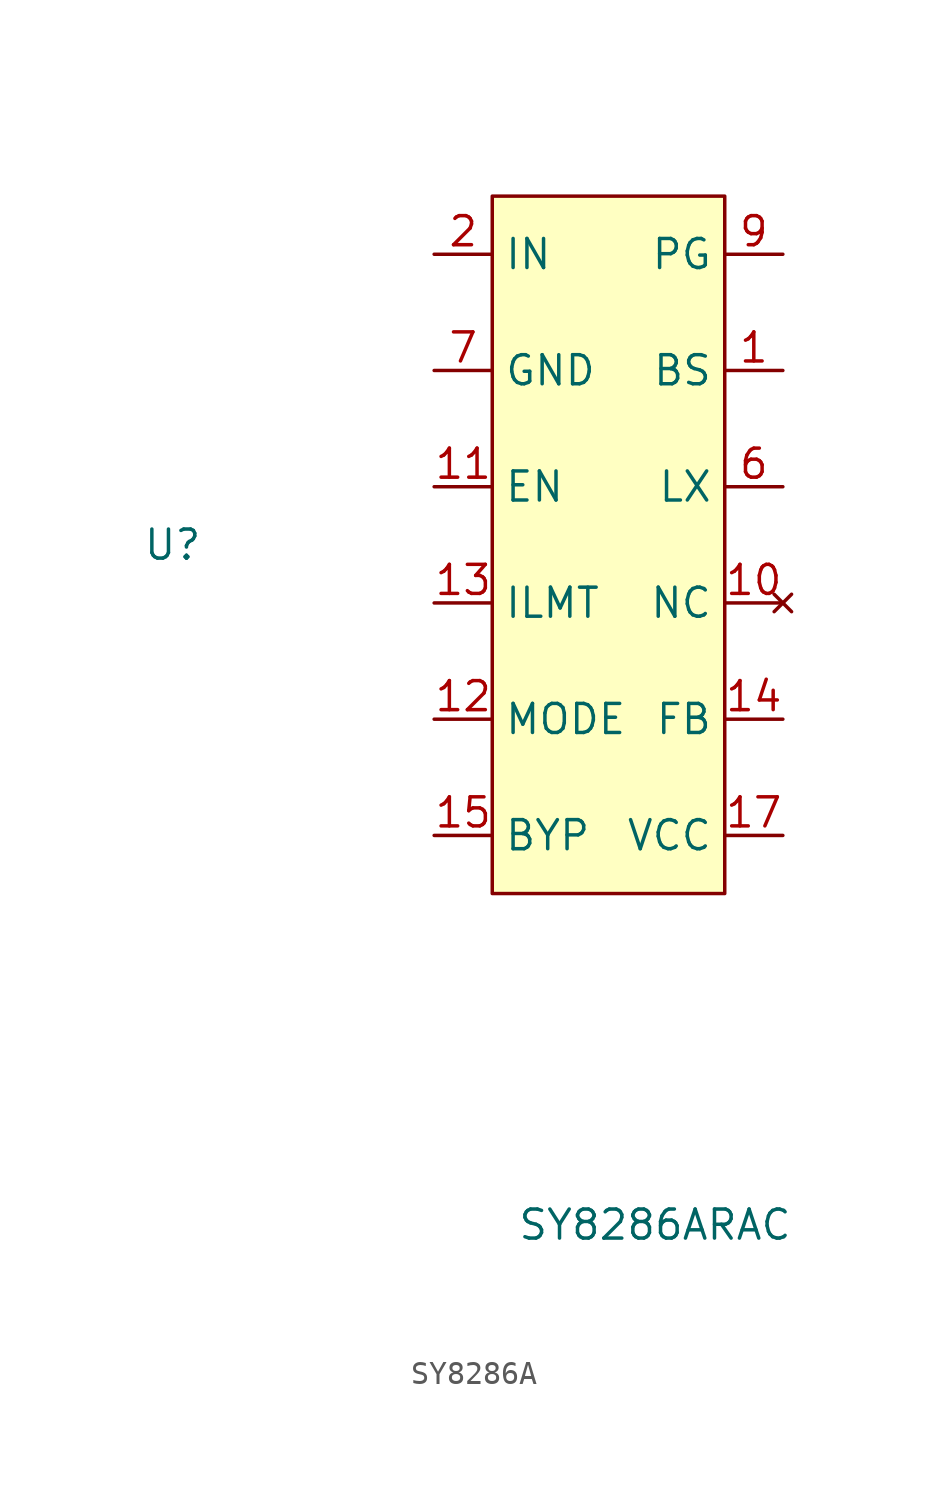
<source format=kicad_sym>
(kicad_symbol_lib
  (version 20231120)
  (generator "kicad_symbol_editor")
  (generator_version "8.0")
  (symbol "SY8286A"
    (property "Reference" "U"
      (at 0 0 0)
      (effects (font (size 1.27 1.27))))
    (property "Value" "SY8286ARAC"
      (at 21.082 -29.718 0)
      (effects (font (size 1.27 1.27))))
    (symbol "SY8286A_1_1"
      (rectangle (start 13.97 15.24) (end 24.13 -15.24) (stroke (width 0) (type default)) (fill (type background)))
      (pin input line (at 26.67 7.62 180) (length 2.54) (name "BS" (effects (font (size 1.27 1.27)))) (number "1" (effects (font (size 1.27 1.27)))))
      (pin no_connect line (at 26.67 -2.54 180) (length 2.54) (name "NC" (effects (font (size 1.27 1.27)))) (number "10" (effects (font (size 1.27 1.27)))))
      (pin input line (at 11.43 2.54 0) (length 2.54) (name "EN" (effects (font (size 1.27 1.27)))) (number "11" (effects (font (size 1.27 1.27)))))
      (pin input line (at 11.43 -7.62 0) (length 2.54) (name "MODE" (effects (font (size 1.27 1.27)))) (number "12" (effects (font (size 1.27 1.27)))))
      (pin input line (at 11.43 -2.54 0) (length 2.54) (name "ILMT" (effects (font (size 1.27 1.27)))) (number "13" (effects (font (size 1.27 1.27)))))
      (pin input line (at 26.67 -7.62 180) (length 2.54) (name "FB" (effects (font (size 1.27 1.27)))) (number "14" (effects (font (size 1.27 1.27)))))
      (pin input line (at 11.43 -12.7 0) (length 2.54) (name "BYP" (effects (font (size 1.27 1.27)))) (number "15" (effects (font (size 1.27 1.27)))))
      (pin no_connect line (at 26.67 -2.54 180) (length 2.54) hide (name "NC" (effects (font (size 1.27 1.27)))) (number "16" (effects (font (size 1.27 1.27)))))
      (pin power_in line (at 26.67 -12.7 180) (length 2.54) (name "VCC" (effects (font (size 1.27 1.27)))) (number "17" (effects (font (size 1.27 1.27)))))
      (pin power_in line (at 11.43 7.62 0) (length 2.54) hide (name "GND" (effects (font (size 1.27 1.27)))) (number "18" (effects (font (size 1.27 1.27)))))
      (pin input line (at 26.67 2.54 180) (length 2.54) hide (name "LX" (effects (font (size 1.27 1.27)))) (number "19" (effects (font (size 1.27 1.27)))))
      (pin input line (at 11.43 12.7 0) (length 2.54) (name "IN" (effects (font (size 1.27 1.27)))) (number "2" (effects (font (size 1.27 1.27)))))
      (pin input line (at 26.67 2.54 180) (length 2.54) hide (name "LX" (effects (font (size 1.27 1.27)))) (number "20" (effects (font (size 1.27 1.27)))))
      (pin power_in line (at 11.43 7.62 0) (length 2.54) hide (name "GND" (effects (font (size 1.27 1.27)))) (number "21" (effects (font (size 1.27 1.27)))))
      (pin input line (at 11.43 12.7 0) (length 2.54) hide (name "IN" (effects (font (size 1.27 1.27)))) (number "3" (effects (font (size 1.27 1.27)))))
      (pin input line (at 11.43 12.7 0) (length 2.54) hide (name "IN" (effects (font (size 1.27 1.27)))) (number "4" (effects (font (size 1.27 1.27)))))
      (pin input line (at 11.43 12.7 0) (length 2.54) hide (name "IN" (effects (font (size 1.27 1.27)))) (number "5" (effects (font (size 1.27 1.27)))))
      (pin input line (at 26.67 2.54 180) (length 2.54) (name "LX" (effects (font (size 1.27 1.27)))) (number "6" (effects (font (size 1.27 1.27)))))
      (pin power_in line (at 11.43 7.62 0) (length 2.54) (name "GND" (effects (font (size 1.27 1.27)))) (number "7" (effects (font (size 1.27 1.27)))))
      (pin power_in line (at 11.43 7.62 0) (length 2.54) hide (name "GND" (effects (font (size 1.27 1.27)))) (number "8" (effects (font (size 1.27 1.27)))))
      (pin open_collector line (at 26.67 12.7 180) (length 2.54) (name "PG" (effects (font (size 1.27 1.27)))) (number "9" (effects (font (size 1.27 1.27))))))))
</source>
